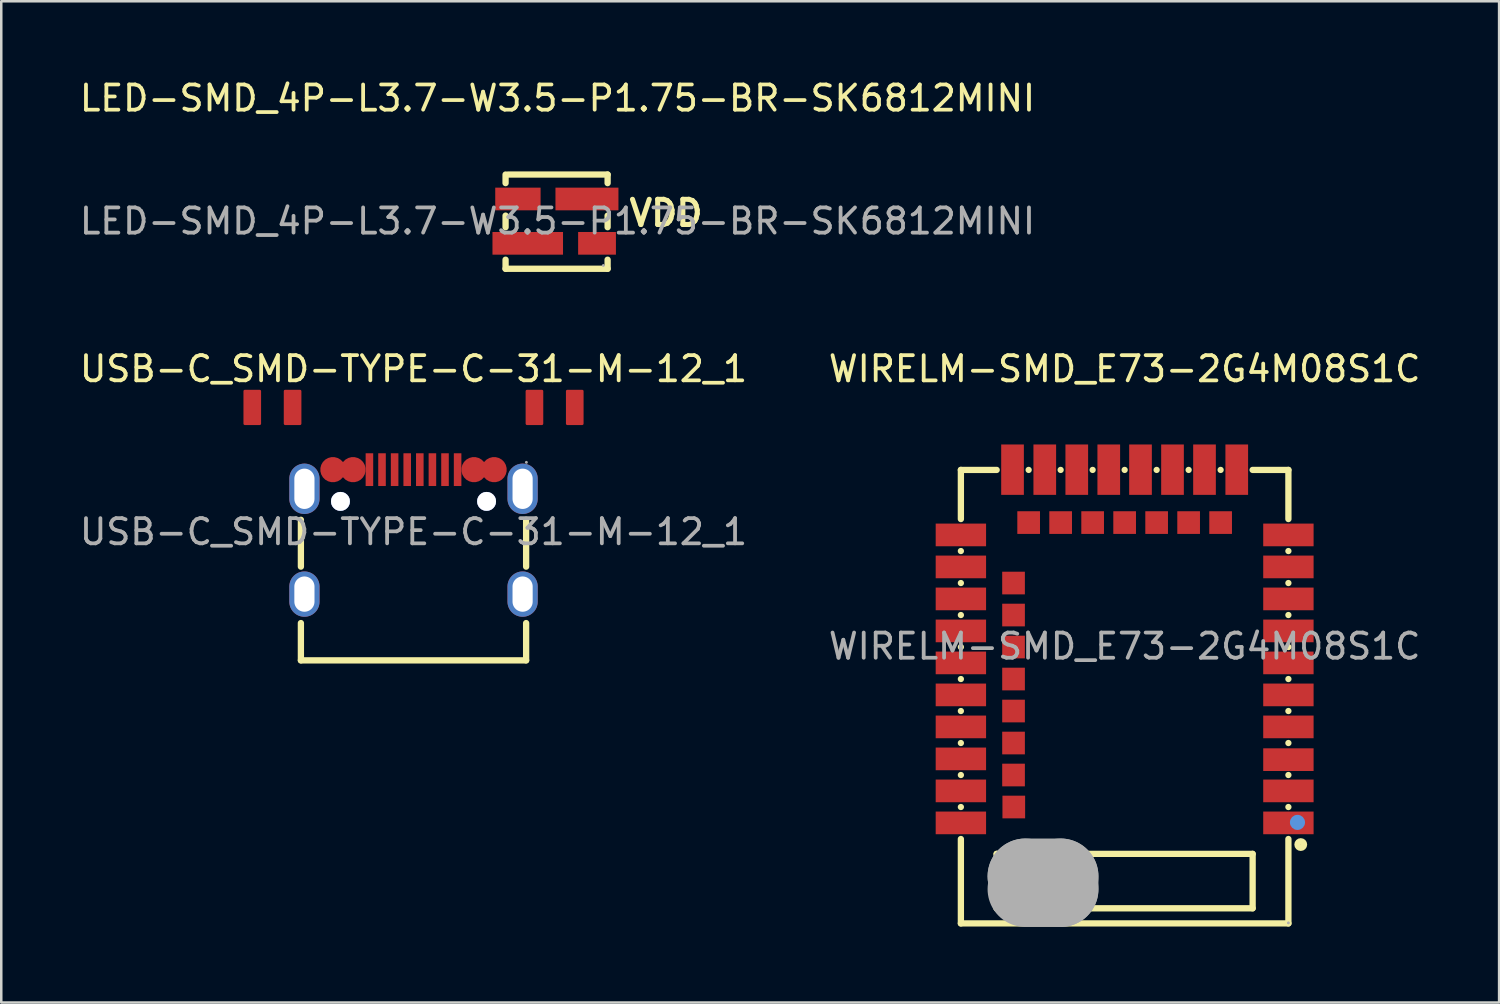
<source format=kicad_pcb>
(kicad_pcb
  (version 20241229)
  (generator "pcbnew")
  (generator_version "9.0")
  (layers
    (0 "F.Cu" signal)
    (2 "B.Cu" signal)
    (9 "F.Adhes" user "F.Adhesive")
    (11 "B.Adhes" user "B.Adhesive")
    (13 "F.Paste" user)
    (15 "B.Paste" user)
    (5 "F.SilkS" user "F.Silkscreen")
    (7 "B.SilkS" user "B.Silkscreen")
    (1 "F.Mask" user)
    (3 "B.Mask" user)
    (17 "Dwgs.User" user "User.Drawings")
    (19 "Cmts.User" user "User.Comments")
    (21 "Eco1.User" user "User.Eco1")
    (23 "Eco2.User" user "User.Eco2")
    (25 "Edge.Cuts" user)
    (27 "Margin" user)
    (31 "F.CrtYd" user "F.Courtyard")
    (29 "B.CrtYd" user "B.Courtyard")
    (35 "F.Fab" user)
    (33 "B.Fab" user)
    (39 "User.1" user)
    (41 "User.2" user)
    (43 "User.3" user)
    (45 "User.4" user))
  (footprint "USB-C_SMD-TYPE-C-31-M-12_1"
    (layer "F.Cu")
    (at 13.363 18.061)
    (property "Reference" "USB-C_SMD-TYPE-C-31-M-12_1" (at 0 -6.47 0) (layer "F.SilkS") (effects (font (size 1 1) (thickness 0.15))))
    (attr smd)
    (fp_line (start -4.47 1.38) (end -4.47 -0.48) (stroke (width 0.25) (type solid)) (layer "F.SilkS"))
    (fp_line (start -4.47 5.1) (end -4.47 3.62) (stroke (width 0.25) (type solid)) (layer "F.SilkS"))
    (fp_line (start 4.47 1.38) (end 4.47 -0.48) (stroke (width 0.25) (type solid)) (layer "F.SilkS"))
    (fp_line (start 4.47 5.1) (end -4.47 5.1) (stroke (width 0.25) (type solid)) (layer "F.SilkS"))
    (fp_line (start 4.47 5.1) (end 4.47 3.62) (stroke (width 0.25) (type solid)) (layer "F.SilkS"))
    (fp_circle (center -2.9 -1.21) (end -2.78 -1.21) (stroke (width 0.25) (type solid)) (fill no) (layer "Cmts.User"))
    (fp_circle (center 2.9 -1.21) (end 3.02 -1.21) (stroke (width 0.25) (type solid)) (fill no) (layer "Cmts.User"))
    (fp_circle (center 4.48 -2.76) (end 4.51 -2.76) (stroke (width 0.06) (type solid)) (fill no) (layer "F.Fab"))
    (fp_text user "${REFERENCE}" (at 0 0 0) (layer "F.Fab") (effects (font (size 1 1) (thickness 0.15))))
    (pad "" thru_hole circle (at -2.9 -1.21) (size 0.75 0.75) (drill 0.75) (layers "*.Cu" "*.Mask"))
    (pad "" thru_hole circle (at 2.9 -1.21) (size 0.75 0.75) (drill 0.75) (layers "*.Cu" "*.Mask"))
    (pad "1" thru_hole oval (at 4.33 -1.71) (size 1.2 2) (drill oval 0.8 1.6) (layers "*.Cu" "*.Mask"))
    (pad "2" thru_hole oval (at 4.33 2.47) (size 1.2 1.8) (drill oval 0.8 1.4) (layers "*.Cu" "*.Mask"))
    (pad "3" thru_hole oval (at -4.33 2.47) (size 1.2 1.8) (drill oval 0.8 1.4) (layers "*.Cu" "*.Mask"))
    (pad "4" thru_hole oval (at -4.33 -1.71) (size 1.2 2) (drill oval 0.8 1.6) (layers "*.Cu" "*.Mask"))
    (pad "A1B12" smd custom (at -3.2 -2.47) (size 1 1) (layers "F.Cu" "F.Mask" "F.Paste") (options (anchor circle)) (primitives (gr_poly (pts (xy -2.9 -1.82) (xy -2.9 -3.12) (xy -3.2 -3.12) (xy -3.5 -3.12) (xy -3.5 -1.82) (xy -3.2 -1.82) (xy -2.9 -1.82)) (width 0.1) (fill yes))))
    (pad "A4B9" smd custom (at -2.4 -2.47) (size 1 1) (layers "F.Cu" "F.Mask" "F.Paste") (options (anchor circle)) (primitives (gr_poly (pts (xy -2.1 -1.82) (xy -2.1 -3.12) (xy -2.4 -3.12) (xy -2.7 -3.12) (xy -2.7 -1.82) (xy -2.4 -1.82) (xy -2.1 -1.82)) (width 0.1) (fill yes))))
    (pad "A5" smd rect (at -1.25 -2.47) (size 0.3 1.3) (layers "F.Cu" "F.Mask" "F.Paste"))
    (pad "A6" smd rect (at -0.25 -2.47) (size 0.3 1.3) (layers "F.Cu" "F.Mask" "F.Paste"))
    (pad "A7" smd rect (at 0.25 -2.47) (size 0.3 1.3) (layers "F.Cu" "F.Mask" "F.Paste"))
    (pad "A8" smd rect (at 1.25 -2.47) (size 0.3 1.3) (layers "F.Cu" "F.Mask" "F.Paste"))
    (pad "B1A12" smd custom (at 3.2 -2.47) (size 1 1) (layers "F.Cu" "F.Mask" "F.Paste") (options (anchor circle)) (primitives (gr_poly (pts (xy 2.9 -3.12) (xy 2.9 -1.82) (xy 3.19 -1.82) (xy 3.2 -1.82) (xy 3.5 -1.82) (xy 3.5 -3.12) (xy 3.2 -3.12) (xy 3.19 -3.12) (xy 2.9 -3.12)) (width 0.1) (fill yes))))
    (pad "B4A9" smd custom (at 2.4 -2.47) (size 1 1) (layers "F.Cu" "F.Mask" "F.Paste") (options (anchor circle)) (primitives (gr_poly (pts (xy 2.7 -1.82) (xy 2.7 -3.12) (xy 2.4 -3.12) (xy 2.1 -3.12) (xy 2.1 -1.82) (xy 2.4 -1.82) (xy 2.7 -1.82)) (width 0.1) (fill yes))))
    (pad "B5" smd rect (at 1.75 -2.47) (size 0.3 1.3) (layers "F.Cu" "F.Mask" "F.Paste"))
    (pad "B6" smd rect (at 0.75 -2.47) (size 0.3 1.3) (layers "F.Cu" "F.Mask" "F.Paste"))
    (pad "B7" smd rect (at -0.75 -2.47) (size 0.3 1.3) (layers "F.Cu" "F.Mask" "F.Paste"))
    (pad "B8" smd rect (at -1.75 -2.47) (size 0.3 1.3) (layers "F.Cu" "F.Mask" "F.Paste")))
  (footprint "WIRELM-SMD_E73-2G4M08S1C"
    (layer "F.Cu")
    (at 41.589 22.602)
    (property "Reference" "WIRELM-SMD_E73-2G4M08S1C" (at 0 -11.01 0) (layer "F.SilkS") (effects (font (size 1 1) (thickness 0.15))))
    (attr smd)
    (fp_line (start -6.5 -7) (end -6.5 -5.05) (stroke (width 0.25) (type solid)) (layer "F.SilkS"))
    (fp_line (start -6.5 -7) (end -5.08 -7) (stroke (width 0.25) (type solid)) (layer "F.SilkS"))
    (fp_line (start -6.5 -3.78) (end -6.5 -3.78) (stroke (width 0.25) (type solid)) (layer "F.SilkS"))
    (fp_line (start -6.5 -2.51) (end -6.5 -2.51) (stroke (width 0.25) (type solid)) (layer "F.SilkS"))
    (fp_line (start -6.5 -1.24) (end -6.5 -1.24) (stroke (width 0.25) (type solid)) (layer "F.SilkS"))
    (fp_line (start -6.5 0.03) (end -6.5 0.03) (stroke (width 0.25) (type solid)) (layer "F.SilkS"))
    (fp_line (start -6.5 1.3) (end -6.5 1.3) (stroke (width 0.25) (type solid)) (layer "F.SilkS"))
    (fp_line (start -6.5 2.57) (end -6.5 2.57) (stroke (width 0.25) (type solid)) (layer "F.SilkS"))
    (fp_line (start -6.5 3.84) (end -6.5 3.84) (stroke (width 0.25) (type solid)) (layer "F.SilkS"))
    (fp_line (start -6.5 5.11) (end -6.5 5.11) (stroke (width 0.25) (type solid)) (layer "F.SilkS"))
    (fp_line (start -6.5 6.38) (end -6.5 6.38) (stroke (width 0.25) (type solid)) (layer "F.SilkS"))
    (fp_line (start -6.5 7.65) (end -6.5 11) (stroke (width 0.25) (type solid)) (layer "F.SilkS"))
    (fp_line (start -5.08 8.24) (end 5.08 8.24) (stroke (width 0.25) (type solid)) (layer "F.SilkS"))
    (fp_line (start -5.08 10.4) (end -5.08 8.24) (stroke (width 0.25) (type solid)) (layer "F.SilkS"))
    (fp_line (start -3.81 -7) (end -3.81 -7) (stroke (width 0.25) (type solid)) (layer "F.SilkS"))
    (fp_line (start -2.54 -7) (end -2.54 -7) (stroke (width 0.25) (type solid)) (layer "F.SilkS"))
    (fp_line (start -1.27 -7) (end -1.27 -7) (stroke (width 0.25) (type solid)) (layer "F.SilkS"))
    (fp_line (start 0 -7) (end 0 -7) (stroke (width 0.25) (type solid)) (layer "F.SilkS"))
    (fp_line (start 1.27 -7) (end 1.27 -7) (stroke (width 0.25) (type solid)) (layer "F.SilkS"))
    (fp_line (start 2.54 -7) (end 2.54 -7) (stroke (width 0.25) (type solid)) (layer "F.SilkS"))
    (fp_line (start 3.81 -7) (end 3.81 -7) (stroke (width 0.25) (type solid)) (layer "F.SilkS"))
    (fp_line (start 5.08 -7) (end 6.5 -7) (stroke (width 0.25) (type solid)) (layer "F.SilkS"))
    (fp_line (start 5.08 8.24) (end 5.08 10.4) (stroke (width 0.25) (type solid)) (layer "F.SilkS"))
    (fp_line (start 5.08 10.4) (end -5.08 10.4) (stroke (width 0.25) (type solid)) (layer "F.SilkS"))
    (fp_line (start 6.5 -7) (end 6.5 -5.05) (stroke (width 0.25) (type solid)) (layer "F.SilkS"))
    (fp_line (start 6.5 -3.78) (end 6.5 -3.78) (stroke (width 0.25) (type solid)) (layer "F.SilkS"))
    (fp_line (start 6.5 -2.51) (end 6.5 -2.51) (stroke (width 0.25) (type solid)) (layer "F.SilkS"))
    (fp_line (start 6.5 -1.24) (end 6.5 -1.24) (stroke (width 0.25) (type solid)) (layer "F.SilkS"))
    (fp_line (start 6.5 0.03) (end 6.5 0.03) (stroke (width 0.25) (type solid)) (layer "F.SilkS"))
    (fp_line (start 6.5 1.3) (end 6.5 1.3) (stroke (width 0.25) (type solid)) (layer "F.SilkS"))
    (fp_line (start 6.5 2.57) (end 6.5 2.57) (stroke (width 0.25) (type solid)) (layer "F.SilkS"))
    (fp_line (start 6.5 3.84) (end 6.5 3.84) (stroke (width 0.25) (type solid)) (layer "F.SilkS"))
    (fp_line (start 6.5 5.11) (end 6.5 5.11) (stroke (width 0.25) (type solid)) (layer "F.SilkS"))
    (fp_line (start 6.5 6.38) (end 6.5 6.38) (stroke (width 0.25) (type solid)) (layer "F.SilkS"))
    (fp_line (start 6.5 7.65) (end 6.5 11) (stroke (width 0.25) (type solid)) (layer "F.SilkS"))
    (fp_line (start 6.5 11) (end -6.5 11) (stroke (width 0.25) (type solid)) (layer "F.SilkS"))
    (fp_circle (center 6.99 7.87) (end 7.12 7.87) (stroke (width 0.25) (type solid)) (fill no) (layer "F.SilkS"))
    (fp_circle (center 6.86 6.99) (end 7.01 6.99) (stroke (width 0.3) (type solid)) (fill no) (layer "Cmts.User"))
    (fp_line (start -3.94 9.13) (end -3.94 9.13) (stroke (width 3) (type solid)) (layer "F.Fab"))
    (fp_line (start -3.94 9.13) (end -2.54 9.13) (stroke (width 3) (type solid)) (layer "F.Fab"))
    (fp_line (start -2.54 9.13) (end -2.54 9.64) (stroke (width 3) (type solid)) (layer "F.Fab"))
    (fp_line (start -2.54 9.64) (end -3.94 9.64) (stroke (width 3) (type solid)) (layer "F.Fab"))
    (fp_circle (center 6.5 10.98) (end 6.53 10.98) (stroke (width 0.06) (type solid)) (fill no) (layer "F.Fab"))
    (fp_text user "${REFERENCE}" (at 0 0 0) (layer "F.Fab") (effects (font (size 1 1) (thickness 0.15))))
    (pad "1" smd rect (at 6.5 7.01 90) (size 0.9 2) (layers "F.Cu" "F.Mask" "F.Paste"))
    (pad "2" smd rect (at 6.5 5.74 90) (size 0.9 2) (layers "F.Cu" "F.Mask" "F.Paste"))
    (pad "3" smd rect (at 6.5 4.5 90) (size 0.9 2) (layers "F.Cu" "F.Mask" "F.Paste"))
    (pad "4" smd rect (at 6.5 3.2 90) (size 0.9 2) (layers "F.Cu" "F.Mask" "F.Paste"))
    (pad "5" smd rect (at 6.5 1.93 90) (size 0.9 2) (layers "F.Cu" "F.Mask" "F.Paste"))
    (pad "6" smd rect (at 6.5 0.66 90) (size 0.9 2) (layers "F.Cu" "F.Mask" "F.Paste"))
    (pad "7" smd rect (at 6.5 -0.61 90) (size 0.9 2) (layers "F.Cu" "F.Mask" "F.Paste"))
    (pad "8" smd rect (at 6.5 -1.88 90) (size 0.9 2) (layers "F.Cu" "F.Mask" "F.Paste"))
    (pad "9" smd rect (at 6.5 -3.15 90) (size 0.9 2) (layers "F.Cu" "F.Mask" "F.Paste"))
    (pad "10" smd rect (at 6.5 -4.42 90) (size 0.9 2) (layers "F.Cu" "F.Mask" "F.Paste"))
    (pad "11" smd rect (at 4.45 -7.01 180) (size 0.9 2) (layers "F.Cu" "F.Mask" "F.Paste"))
    (pad "12" smd rect (at 3.81 -4.91 180) (size 0.9 0.9) (layers "F.Cu" "F.Mask" "F.Paste"))
    (pad "13" smd rect (at 3.17 -7.01 180) (size 0.9 2) (layers "F.Cu" "F.Mask" "F.Paste"))
    (pad "14" smd rect (at 2.54 -4.91 180) (size 0.9 0.9) (layers "F.Cu" "F.Mask" "F.Paste"))
    (pad "15" smd rect (at 1.9 -7.01 180) (size 0.9 2) (layers "F.Cu" "F.Mask" "F.Paste"))
    (pad "16" smd rect (at 1.27 -4.91 180) (size 0.9 0.9) (layers "F.Cu" "F.Mask" "F.Paste"))
    (pad "17" smd rect (at 0.63 -7.01 180) (size 0.9 2) (layers "F.Cu" "F.Mask" "F.Paste"))
    (pad "18" smd rect (at 0 -4.91 180) (size 0.9 0.9) (layers "F.Cu" "F.Mask" "F.Paste"))
    (pad "19" smd rect (at -0.63 -7.01 180) (size 0.9 2) (layers "F.Cu" "F.Mask" "F.Paste"))
    (pad "20" smd rect (at -1.27 -4.91 180) (size 0.9 0.9) (layers "F.Cu" "F.Mask" "F.Paste"))
    (pad "21" smd rect (at -1.9 -7.01 180) (size 0.9 2) (layers "F.Cu" "F.Mask" "F.Paste"))
    (pad "22" smd rect (at -2.54 -4.91 180) (size 0.9 0.9) (layers "F.Cu" "F.Mask" "F.Paste"))
    (pad "23" smd rect (at -3.17 -7.01 180) (size 0.9 2) (layers "F.Cu" "F.Mask" "F.Paste"))
    (pad "24" smd rect (at -3.81 -4.91 180) (size 0.9 0.9) (layers "F.Cu" "F.Mask" "F.Paste"))
    (pad "25" smd rect (at -4.45 -7.01 180) (size 0.9 2) (layers "F.Cu" "F.Mask" "F.Paste"))
    (pad "26" smd rect (at -6.5 -4.42 270) (size 0.9 2) (layers "F.Cu" "F.Mask" "F.Paste"))
    (pad "27" smd rect (at -6.5 -3.15 270) (size 0.9 2) (layers "F.Cu" "F.Mask" "F.Paste"))
    (pad "28" smd rect (at -4.41 -2.51 270) (size 0.9 0.9) (layers "F.Cu" "F.Mask" "F.Paste"))
    (pad "29" smd rect (at -6.5 -1.88 270) (size 0.9 2) (layers "F.Cu" "F.Mask" "F.Paste"))
    (pad "30" smd rect (at -4.41 -1.24 270) (size 0.9 0.9) (layers "F.Cu" "F.Mask" "F.Paste"))
    (pad "31" smd rect (at -6.5 -0.61 270) (size 0.9 2) (layers "F.Cu" "F.Mask" "F.Paste"))
    (pad "32" smd rect (at -4.41 0.03 270) (size 0.9 0.9) (layers "F.Cu" "F.Mask" "F.Paste"))
    (pad "33" smd rect (at -6.5 0.66 270) (size 0.9 2) (layers "F.Cu" "F.Mask" "F.Paste"))
    (pad "34" smd rect (at -4.41 1.3 270) (size 0.9 0.9) (layers "F.Cu" "F.Mask" "F.Paste"))
    (pad "35" smd rect (at -6.5 1.93 270) (size 0.9 2) (layers "F.Cu" "F.Mask" "F.Paste"))
    (pad "36" smd rect (at -4.41 2.57 270) (size 0.9 0.9) (layers "F.Cu" "F.Mask" "F.Paste"))
    (pad "37" smd rect (at -6.5 3.2 270) (size 0.9 2) (layers "F.Cu" "F.Mask" "F.Paste"))
    (pad "38" smd rect (at -4.41 3.84 270) (size 0.9 0.9) (layers "F.Cu" "F.Mask" "F.Paste"))
    (pad "39" smd rect (at -6.5 4.47 270) (size 0.9 2) (layers "F.Cu" "F.Mask" "F.Paste"))
    (pad "40" smd rect (at -4.41 5.11 270) (size 0.9 0.9) (layers "F.Cu" "F.Mask" "F.Paste"))
    (pad "41" smd rect (at -6.5 5.74 270) (size 0.9 2) (layers "F.Cu" "F.Mask" "F.Paste"))
    (pad "42" smd rect (at -4.4 6.38 270) (size 0.9 0.9) (layers "F.Cu" "F.Mask" "F.Paste"))
    (pad "43" smd rect (at -6.5 7.01 270) (size 0.9 2) (layers "F.Cu" "F.Mask" "F.Paste")))
  (footprint "LED-SMD_4P-L3.7-W3.5-P1.75-BR-SK6812MINI"
    (layer "F.Cu")
    (at 19.077 5.728)
    (property "Reference" "LED-SMD_4P-L3.7-W3.5-P1.75-BR-SK6812MINI" (at 0 -4.88 0) (layer "F.SilkS") (effects (font (size 1 1) (thickness 0.15))))
    (attr smd)
    (fp_line (start -2.06 -1.51) (end -2.06 -1.85) (stroke (width 0.25) (type solid)) (layer "F.SilkS"))
    (fp_line (start -2.06 0.24) (end -2.06 -0.22) (stroke (width 0.25) (type solid)) (layer "F.SilkS"))
    (fp_line (start -2.06 1.89) (end -2.06 1.53) (stroke (width 0.25) (type solid)) (layer "F.SilkS"))
    (fp_line (start -1.96 -1.85) (end 1.99 -1.85) (stroke (width 0.25) (type solid)) (layer "F.SilkS"))
    (fp_line (start 1.99 -1.85) (end 1.99 -1.51) (stroke (width 0.25) (type solid)) (layer "F.SilkS"))
    (fp_line (start 1.99 -0.22) (end 1.99 0.24) (stroke (width 0.25) (type solid)) (layer "F.SilkS"))
    (fp_line (start 1.99 1.53) (end 1.99 1.89) (stroke (width 0.25) (type solid)) (layer "F.SilkS"))
    (fp_line (start 1.99 1.89) (end -2.06 1.89) (stroke (width 0.25) (type solid)) (layer "F.SilkS"))
    (fp_circle (center 1.82 1.76) (end 1.85 1.76) (stroke (width 0.06) (type solid)) (fill no) (layer "F.Fab"))
    (fp_text user "VDD" (at 2.75 -0.32 0) (layer "F.SilkS") (effects (font (size 1 1) (thickness 0.2)) (justify left)))
    (fp_text user "${REFERENCE}" (at 0 0 0) (layer "F.Fab") (effects (font (size 1 1) (thickness 0.15))))
    (pad "1" smd rect (at 1.57 0.88 180) (size 1.5 0.9) (layers "F.Cu" "F.Mask" "F.Paste"))
    (pad "2" smd rect (at 1.17 -0.88 180) (size 2.5 0.9) (layers "F.Cu" "F.Mask" "F.Paste"))
    (pad "3" smd rect (at -1.57 -0.88 180) (size 1.8 0.9) (layers "F.Cu" "F.Mask" "F.Paste"))
    (pad "4" smd rect (at -1.18 0.88 180) (size 2.8 0.9) (layers "F.Cu" "F.Mask" "F.Paste")))
  (gr_rect
    (start -3 -3)
    (end 56.452 36.742)
    (stroke (width 0.1) (type default))
    (fill no)
    (layer "Edge.Cuts")))
</source>
